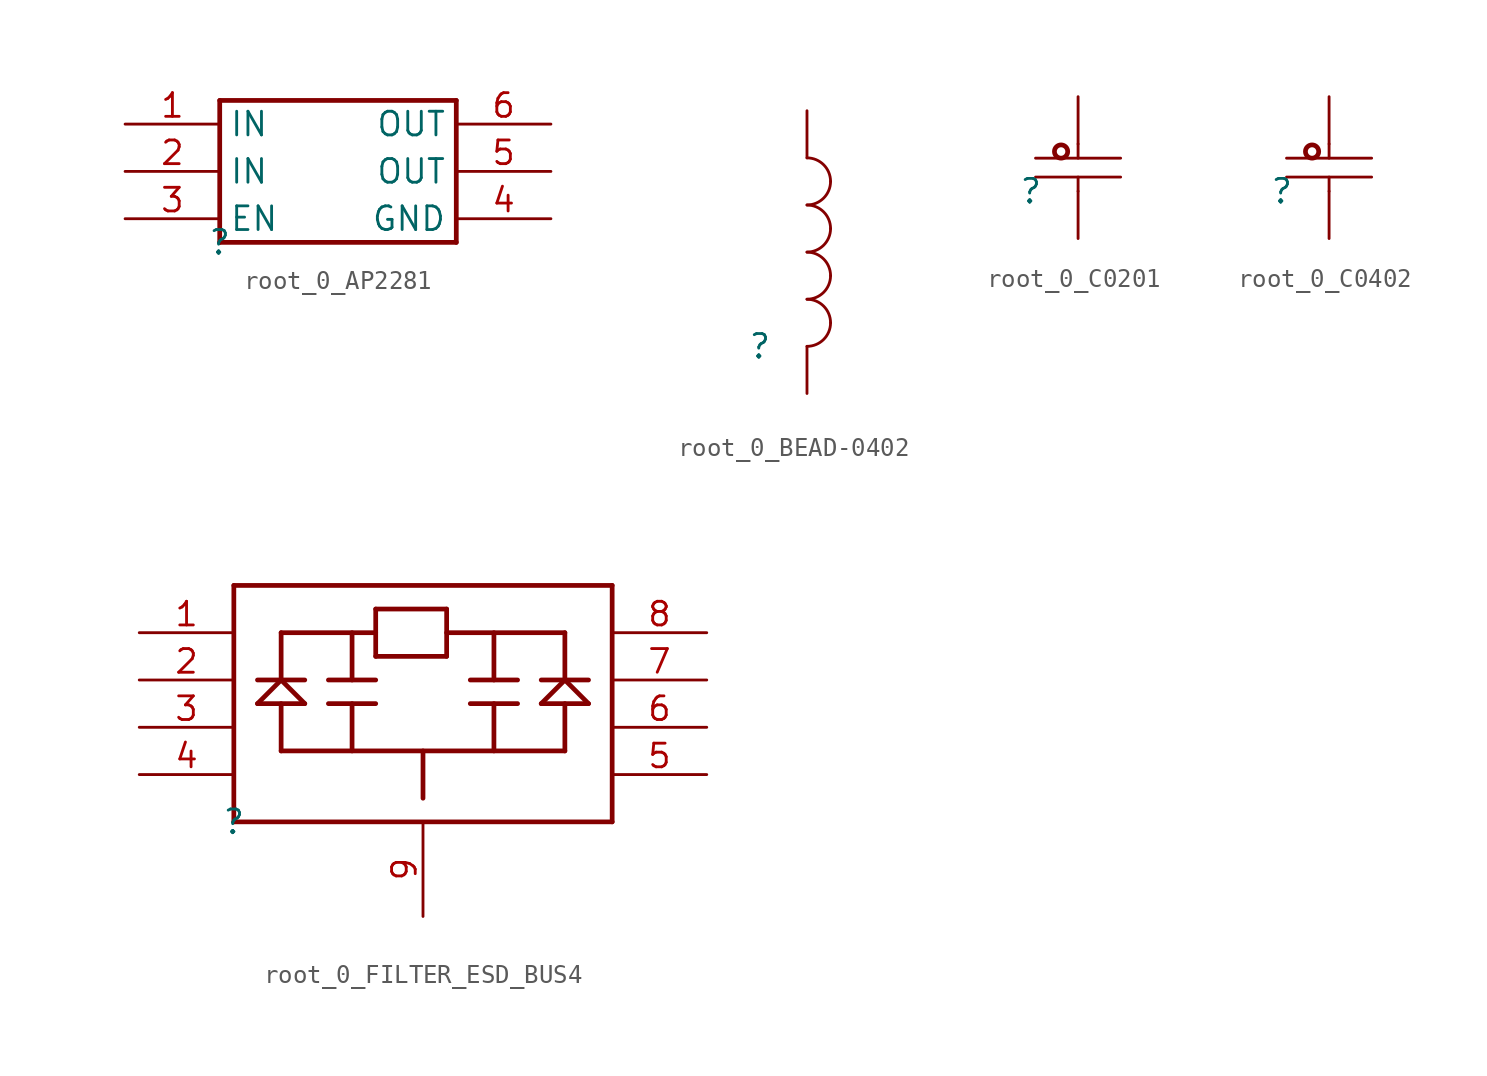
<source format=kicad_sym>
(kicad_symbol_lib
  (version 20220914)
  (generator kicad_symbol_editor)
  (symbol "root_0_AP2281"
    (property "Reference" ""
      (at 0 0 0)
      (effects (font (size 1.27 1.27))))
    (property "Value" ""
      (at 0 0 0)
      (effects (font (size 1.27 1.27))))
    (symbol "root_0_AP2281_1_0"
      (polyline (pts (xy 0 0) (xy 0 7.62)) (stroke (width 0.254) (type solid)) (fill (type none)))
      (polyline (pts (xy 0 7.62) (xy 12.7 7.62)) (stroke (width 0.254) (type solid)) (fill (type none)))
      (polyline (pts (xy 12.7 0) (xy 0 0)) (stroke (width 0.254) (type solid)) (fill (type none)))
      (polyline (pts (xy 12.7 7.62) (xy 12.7 0)) (stroke (width 0.254) (type solid)) (fill (type none)))
      (pin passive line (at -5.08 6.35 0) (length 5.08) (name "IN" (effects (font (size 1.27 1.27)))) (number "1" (effects (font (size 1.27 1.27)))))
      (pin passive line (at -5.08 3.81 0) (length 5.08) (name "IN" (effects (font (size 1.27 1.27)))) (number "2" (effects (font (size 1.27 1.27)))))
      (pin passive line (at -5.08 1.27 0) (length 5.08) (name "EN" (effects (font (size 1.27 1.27)))) (number "3" (effects (font (size 1.27 1.27)))))
      (pin passive line (at 17.78 1.27 180) (length 5.08) (name "GND" (effects (font (size 1.27 1.27)))) (number "4" (effects (font (size 1.27 1.27)))))
      (pin passive line (at 17.78 3.81 180) (length 5.08) (name "OUT" (effects (font (size 1.27 1.27)))) (number "5" (effects (font (size 1.27 1.27)))))
      (pin passive line (at 17.78 6.35 180) (length 5.08) (name "OUT" (effects (font (size 1.27 1.27)))) (number "6" (effects (font (size 1.27 1.27)))))))
  (symbol "root_0_BEAD-0402"
    (property "Reference" ""
      (at 0 0 0)
      (effects (font (size 1.27 1.27))))
    (property "Value" ""
      (at 0 0 0)
      (effects (font (size 1.27 1.27))))
    (symbol "root_0_BEAD-0402_1_0"
      (arc (start 2.54 0) (mid 3.438 0.372) (end 3.81 1.27) (stroke (width 0) (type solid)) (fill (type none)))
      (arc (start 2.54 2.54) (mid 3.438 2.912) (end 3.81 3.81) (stroke (width 0) (type solid)) (fill (type none)))
      (arc (start 2.54 5.08) (mid 3.438 5.452) (end 3.81 6.35) (stroke (width 0) (type solid)) (fill (type none)))
      (arc (start 2.54 7.62) (mid 3.438 7.992) (end 3.81 8.89) (stroke (width 0) (type solid)) (fill (type none)))
      (arc (start 3.81 1.27) (mid 3.438 2.168) (end 2.54 2.54) (stroke (width 0) (type solid)) (fill (type none)))
      (arc (start 3.81 3.81) (mid 3.438 4.708) (end 2.54 5.08) (stroke (width 0) (type solid)) (fill (type none)))
      (arc (start 3.81 6.35) (mid 3.438 7.248) (end 2.54 7.62) (stroke (width 0) (type solid)) (fill (type none)))
      (arc (start 3.81 8.89) (mid 3.438 9.788) (end 2.54 10.16) (stroke (width 0) (type solid)) (fill (type none)))
      (pin passive line (at 2.54 12.7 270) (length 2.54) (name "1" (effects (font (size 0 0)))) (number "1" (effects (font (size 0 0)))))
      (pin passive line (at 2.54 -2.54 90) (length 2.54) (name "2" (effects (font (size 0 0)))) (number "2" (effects (font (size 0 0)))))))
  (symbol "root_0_C0201"
    (property "Reference" ""
      (at 0 0 0)
      (effects (font (size 1.27 1.27))))
    (property "Value" ""
      (at 0 0 0)
      (effects (font (size 1.27 1.27))))
    (symbol "root_0_C0201_1_0"
      (polyline (pts (xy 0.254 0.762) (xy 4.826 0.762)) (stroke (width 0) (type solid)) (fill (type none)))
      (polyline (pts (xy 0.254 1.778) (xy 4.826 1.778)) (stroke (width 0) (type solid)) (fill (type none)))
      (polyline (pts (xy 2.54 0) (xy 2.54 0.762)) (stroke (width 0) (type solid)) (fill (type none)))
      (polyline (pts (xy 2.54 2.54) (xy 2.54 1.778)) (stroke (width 0) (type solid)) (fill (type none)))
      (circle (center 1.626 2.134) (radius 0.356) (stroke (width 0.254) (type solid)) (fill (type none)))
      (pin passive line (at 2.54 5.08 270) (length 2.54) (name "1" (effects (font (size 0 0)))) (number "1" (effects (font (size 0 0)))))
      (pin passive line (at 2.54 -2.54 90) (length 2.54) (name "2" (effects (font (size 0 0)))) (number "2" (effects (font (size 0 0)))))))
  (symbol "root_0_C0402"
    (property "Reference" ""
      (at 0 0 0)
      (effects (font (size 1.27 1.27))))
    (property "Value" ""
      (at 0 0 0)
      (effects (font (size 1.27 1.27))))
    (symbol "root_0_C0402_1_0"
      (polyline (pts (xy 0.254 0.762) (xy 4.826 0.762)) (stroke (width 0) (type solid)) (fill (type none)))
      (polyline (pts (xy 0.254 1.778) (xy 4.826 1.778)) (stroke (width 0) (type solid)) (fill (type none)))
      (polyline (pts (xy 2.54 0) (xy 2.54 0.762)) (stroke (width 0) (type solid)) (fill (type none)))
      (polyline (pts (xy 2.54 2.54) (xy 2.54 1.778)) (stroke (width 0) (type solid)) (fill (type none)))
      (circle (center 1.626 2.134) (radius 0.356) (stroke (width 0.254) (type solid)) (fill (type none)))
      (pin passive line (at 2.54 5.08 270) (length 2.54) (name "1" (effects (font (size 0 0)))) (number "1" (effects (font (size 0 0)))))
      (pin passive line (at 2.54 -2.54 90) (length 2.54) (name "2" (effects (font (size 0 0)))) (number "2" (effects (font (size 0 0)))))))
  (symbol "root_0_FILTER_ESD_BUS4"
    (property "Reference" ""
      (at 0 0 0)
      (effects (font (size 1.27 1.27))))
    (property "Value" ""
      (at 0 0 0)
      (effects (font (size 1.27 1.27))))
    (symbol "root_0_FILTER_ESD_BUS4_1_0"
      (polyline (pts (xy 0 0) (xy 20.32 0)) (stroke (width 0.254) (type solid)) (fill (type none)))
      (polyline (pts (xy 0 12.7) (xy 0 0)) (stroke (width 0.254) (type solid)) (fill (type none)))
      (polyline (pts (xy 1.27 6.35) (xy 3.81 6.35)) (stroke (width 0.254) (type solid)) (fill (type none)))
      (polyline (pts (xy 2.54 3.81) (xy 17.78 3.81)) (stroke (width 0.254) (type solid)) (fill (type none)))
      (polyline (pts (xy 2.54 6.35) (xy 2.54 3.81)) (stroke (width 0.254) (type solid)) (fill (type none)))
      (polyline (pts (xy 2.54 7.62) (xy 1.27 6.35)) (stroke (width 0.254) (type solid)) (fill (type none)))
      (polyline (pts (xy 2.54 7.62) (xy 2.54 10.16)) (stroke (width 0.254) (type solid)) (fill (type none)))
      (polyline (pts (xy 2.54 10.16) (xy 7.62 10.16)) (stroke (width 0.254) (type solid)) (fill (type none)))
      (polyline (pts (xy 3.81 6.35) (xy 2.54 7.62)) (stroke (width 0.254) (type solid)) (fill (type none)))
      (polyline (pts (xy 3.81 7.62) (xy 1.27 7.62)) (stroke (width 0.254) (type solid)) (fill (type none)))
      (polyline (pts (xy 5.08 6.35) (xy 7.62 6.35)) (stroke (width 0.254) (type solid)) (fill (type none)))
      (polyline (pts (xy 5.08 7.62) (xy 7.62 7.62)) (stroke (width 0.254) (type solid)) (fill (type none)))
      (polyline (pts (xy 6.35 6.35) (xy 6.35 3.81)) (stroke (width 0.254) (type solid)) (fill (type none)))
      (polyline (pts (xy 6.35 7.62) (xy 6.35 10.16)) (stroke (width 0.254) (type solid)) (fill (type none)))
      (polyline (pts (xy 7.62 8.89) (xy 11.43 8.89)) (stroke (width 0.254) (type solid)) (fill (type none)))
      (polyline (pts (xy 7.62 11.43) (xy 7.62 8.89)) (stroke (width 0.254) (type solid)) (fill (type none)))
      (polyline (pts (xy 10.16 3.81) (xy 10.16 1.27)) (stroke (width 0.254) (type solid)) (fill (type none)))
      (polyline (pts (xy 11.43 8.89) (xy 11.43 11.43)) (stroke (width 0.254) (type solid)) (fill (type none)))
      (polyline (pts (xy 11.43 10.16) (xy 17.78 10.16)) (stroke (width 0.254) (type solid)) (fill (type none)))
      (polyline (pts (xy 11.43 11.43) (xy 7.62 11.43)) (stroke (width 0.254) (type solid)) (fill (type none)))
      (polyline (pts (xy 12.7 6.35) (xy 15.24 6.35)) (stroke (width 0.254) (type solid)) (fill (type none)))
      (polyline (pts (xy 12.7 7.62) (xy 15.24 7.62)) (stroke (width 0.254) (type solid)) (fill (type none)))
      (polyline (pts (xy 13.97 6.35) (xy 13.97 3.81)) (stroke (width 0.254) (type solid)) (fill (type none)))
      (polyline (pts (xy 13.97 7.62) (xy 13.97 10.16)) (stroke (width 0.254) (type solid)) (fill (type none)))
      (polyline (pts (xy 16.51 6.35) (xy 19.05 6.35)) (stroke (width 0.254) (type solid)) (fill (type none)))
      (polyline (pts (xy 16.51 7.62) (xy 19.05 7.62)) (stroke (width 0.254) (type solid)) (fill (type none)))
      (polyline (pts (xy 17.78 3.81) (xy 17.78 6.35)) (stroke (width 0.254) (type solid)) (fill (type none)))
      (polyline (pts (xy 17.78 7.62) (xy 16.51 6.35)) (stroke (width 0.254) (type solid)) (fill (type none)))
      (polyline (pts (xy 17.78 10.16) (xy 17.78 7.62)) (stroke (width 0.254) (type solid)) (fill (type none)))
      (polyline (pts (xy 19.05 6.35) (xy 17.78 7.62)) (stroke (width 0.254) (type solid)) (fill (type none)))
      (polyline (pts (xy 20.32 0) (xy 20.32 12.7)) (stroke (width 0.254) (type solid)) (fill (type none)))
      (polyline (pts (xy 20.32 12.7) (xy 0 12.7)) (stroke (width 0.254) (type solid)) (fill (type none)))
      (pin passive line (at -5.08 10.16 0) (length 5.08) (name "1" (effects (font (size 0 0)))) (number "1" (effects (font (size 1.27 1.27)))))
      (pin passive line (at -5.08 7.62 0) (length 5.08) (name "2" (effects (font (size 0 0)))) (number "2" (effects (font (size 1.27 1.27)))))
      (pin passive line (at -5.08 5.08 0) (length 5.08) (name "3" (effects (font (size 0 0)))) (number "3" (effects (font (size 1.27 1.27)))))
      (pin passive line (at -5.08 2.54 0) (length 5.08) (name "4" (effects (font (size 0 0)))) (number "4" (effects (font (size 1.27 1.27)))))
      (pin passive line (at 25.4 2.54 180) (length 5.08) (name "5" (effects (font (size 0 0)))) (number "5" (effects (font (size 1.27 1.27)))))
      (pin passive line (at 25.4 5.08 180) (length 5.08) (name "6" (effects (font (size 0 0)))) (number "6" (effects (font (size 1.27 1.27)))))
      (pin passive line (at 25.4 7.62 180) (length 5.08) (name "7" (effects (font (size 0 0)))) (number "7" (effects (font (size 1.27 1.27)))))
      (pin passive line (at 25.4 10.16 180) (length 5.08) (name "8" (effects (font (size 0 0)))) (number "8" (effects (font (size 1.27 1.27)))))
      (pin passive line (at 10.16 -5.08 90) (length 5.08) (name "9" (effects (font (size 0 0)))) (number "9" (effects (font (size 1.27 1.27))))))))
</source>
